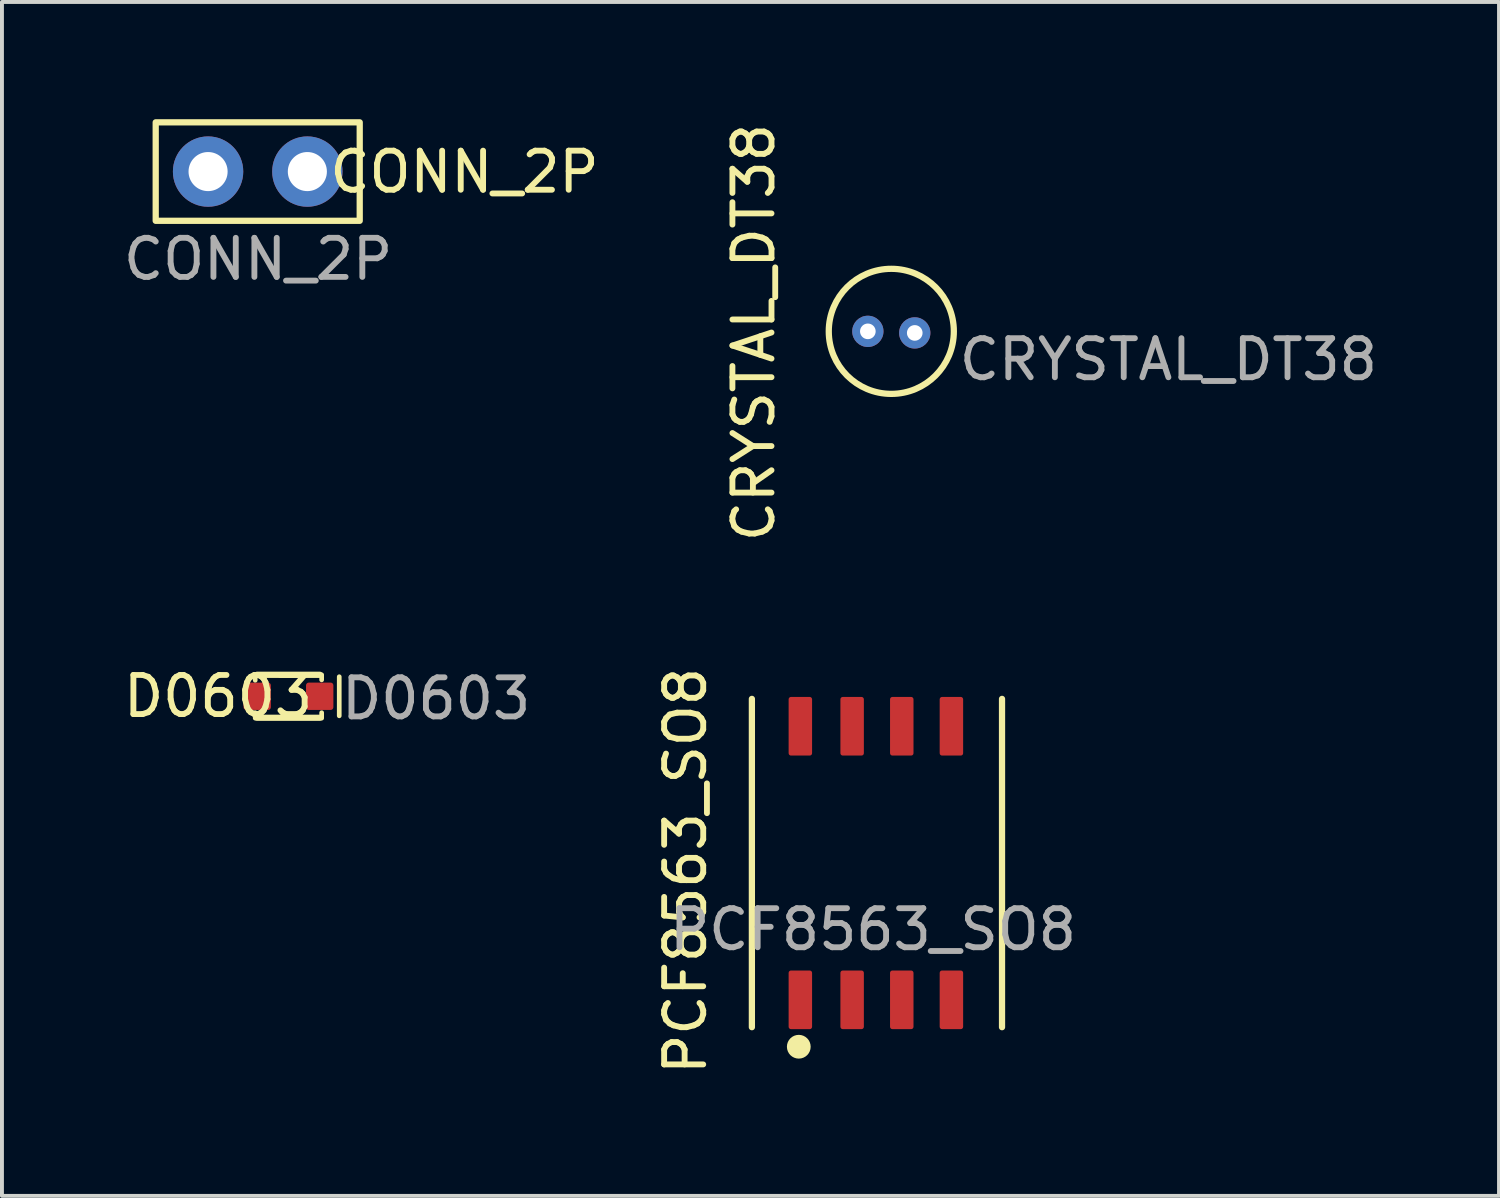
<source format=kicad_pcb>
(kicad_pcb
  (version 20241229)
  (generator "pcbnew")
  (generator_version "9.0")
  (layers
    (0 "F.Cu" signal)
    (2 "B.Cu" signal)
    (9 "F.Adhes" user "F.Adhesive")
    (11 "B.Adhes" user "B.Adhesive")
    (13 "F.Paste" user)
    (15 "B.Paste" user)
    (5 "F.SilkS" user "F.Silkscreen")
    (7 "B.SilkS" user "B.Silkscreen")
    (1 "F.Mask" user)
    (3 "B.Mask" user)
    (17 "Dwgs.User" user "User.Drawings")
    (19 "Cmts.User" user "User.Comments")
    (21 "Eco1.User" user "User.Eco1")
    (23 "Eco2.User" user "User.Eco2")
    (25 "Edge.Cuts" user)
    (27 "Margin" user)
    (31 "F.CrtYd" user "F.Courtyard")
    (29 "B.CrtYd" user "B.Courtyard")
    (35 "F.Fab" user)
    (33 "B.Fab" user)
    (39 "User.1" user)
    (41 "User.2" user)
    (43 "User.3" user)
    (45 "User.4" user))
  (footprint "D0603"
    (layer "F.Cu")
    (at 4.33 14.765)
    (property "Reference" "D0603" (at -1.8 0 0) (unlocked yes) (layer "F.SilkS") (effects (font (size 1 1) (thickness 0.15))))
    (attr through_hole)
    (fp_line (start -0.85 -0.55) (end -0.85 -0.41) (stroke (width 0.12) (type solid)) (layer "F.SilkS"))
    (fp_line (start -0.85 0.42) (end -0.85 0.56) (stroke (width 0.12) (type solid)) (layer "F.SilkS"))
    (fp_line (start 0.8 -0.55) (end -0.8 -0.55) (stroke (width 0.16) (type solid)) (layer "F.SilkS"))
    (fp_line (start 0.8 0.55) (end -0.8 0.55) (stroke (width 0.16) (type solid)) (layer "F.SilkS"))
    (fp_line (start 0.85 -0.55) (end 0.85 -0.42) (stroke (width 0.12) (type solid)) (layer "F.SilkS"))
    (fp_line (start 0.85 0.42) (end 0.85 0.56) (stroke (width 0.12) (type solid)) (layer "F.SilkS"))
    (fp_line (start 1.3 -0.5) (end 1.3 0.5) (stroke (width 0.12) (type solid)) (layer "F.SilkS"))
    (fp_text user "${REFERENCE}" (at 3.78 0.06 0) (unlocked yes) (layer "F.Fab") (effects (font (size 1 1) (thickness 0.15))))
    (pad "1" smd roundrect (at -0.8 0) (size 0.7 0.7) (layers "F.Cu" "F.Mask" "F.Paste") (roundrect_rratio 0.1))
    (pad "2" smd roundrect (at 0.8 0) (size 0.7 0.7) (layers "F.Cu" "F.Mask" "F.Paste") (roundrect_rratio 0.1)))
  (footprint "PCF8563_SO8"
    (layer "F.Cu")
    (at 19.388 19.032)
    (property "Reference" "PCF8563_SO8" (at -4.9 0.2 90) (unlocked yes) (layer "F.SilkS") (effects (font (size 1 1) (thickness 0.15))))
    (attr smd)
    (fp_line (start -3.2 4.2) (end -3.2 -4.2) (stroke (width 0.16) (type solid)) (layer "F.SilkS"))
    (fp_line (start 3.2 4.2) (end 3.2 -4.2) (stroke (width 0.16) (type solid)) (layer "F.SilkS"))
    (fp_circle (center -2 4.7) (end -1.776 4.7) (stroke (width 0.16) (type solid)) (fill yes) (layer "F.SilkS"))
    (fp_text user "${REFERENCE}" (at -0.1 1.7 0) (unlocked yes) (layer "F.Fab") (effects (font (size 1 1) (thickness 0.15))))
    (pad "1" smd roundrect (at -1.96 3.5) (size 0.6 1.5) (layers "F.Cu" "F.Mask" "F.Paste") (roundrect_rratio 0.1))
    (pad "2" smd roundrect (at -0.635 3.5) (size 0.6 1.5) (layers "F.Cu" "F.Mask" "F.Paste") (roundrect_rratio 0.1))
    (pad "3" smd roundrect (at 0.635 3.5) (size 0.6 1.5) (layers "F.Cu" "F.Mask" "F.Paste") (roundrect_rratio 0.1))
    (pad "4" smd roundrect (at 1.905 3.5) (size 0.6 1.5) (layers "F.Cu" "F.Mask" "F.Paste") (roundrect_rratio 0.1))
    (pad "5" smd roundrect (at 1.905 -3.5) (size 0.6 1.5) (layers "F.Cu" "F.Mask" "F.Paste") (roundrect_rratio 0.1))
    (pad "6" smd roundrect (at 0.635 -3.5) (size 0.6 1.5) (layers "F.Cu" "F.Mask" "F.Paste") (roundrect_rratio 0.1))
    (pad "7" smd roundrect (at -0.635 -3.5) (size 0.6 1.5) (layers "F.Cu" "F.Mask" "F.Paste") (roundrect_rratio 0.1))
    (pad "8" smd roundrect (at -1.96 -3.5) (size 0.6 1.5) (layers "F.Cu" "F.Mask" "F.Paste") (roundrect_rratio 0.1)))
  (footprint "CRYSTAL_DT38"
    (layer "F.Cu")
    (at 19.755 5.428)
    (property "Reference" "CRYSTAL_DT38" (at -3.52 0.03 90) (unlocked yes) (layer "F.SilkS") (effects (font (size 1 1) (thickness 0.15))))
    (attr through_hole)
    (fp_circle (center 0 0) (end 1.6 0) (stroke (width 0.16) (type solid)) (fill no) (layer "F.SilkS"))
    (fp_text user "${REFERENCE}" (at 7.09 0.72 0) (unlocked yes) (layer "F.Fab") (effects (font (size 1 1) (thickness 0.15))))
    (pad "1" thru_hole circle (at -0.6 0) (size 0.8 0.8) (drill 0.4) (layers "*.Cu" "*.Mask"))
    (pad "2" thru_hole circle (at 0.6 0.04) (size 0.8 0.8) (drill 0.4) (layers "*.Cu" "*.Mask")))
  (footprint "CONN_2P"
    (layer "F.Cu")
    (at 3.544 1.34)
    (property "Reference" "CONN_2P" (at 5.29 0.01 0) (unlocked yes) (layer "F.SilkS") (effects (font (size 1 1) (thickness 0.15))))
    (attr through_hole)
    (fp_rect (start 2.61 -1.26) (end -2.61 1.26) (stroke (width 0.16) (type solid)) (fill no) (layer "F.SilkS"))
    (fp_text user "${REFERENCE}" (at 0.01 2.24 0) (unlocked yes) (layer "F.Fab") (effects (font (size 1 1) (thickness 0.15))))
    (pad "1" thru_hole circle (at -1.27 0) (size 1.8 1.8) (drill 1) (layers "*.Cu" "*.Mask"))
    (pad "2" thru_hole circle (at 1.27 0) (size 1.8 1.8) (drill 1) (layers "*.Cu" "*.Mask")))
  (gr_rect
    (start -3 -3)
    (end 35.304 27.548)
    (stroke (width 0.1) (type default))
    (fill no)
    (layer "Edge.Cuts")))
</source>
